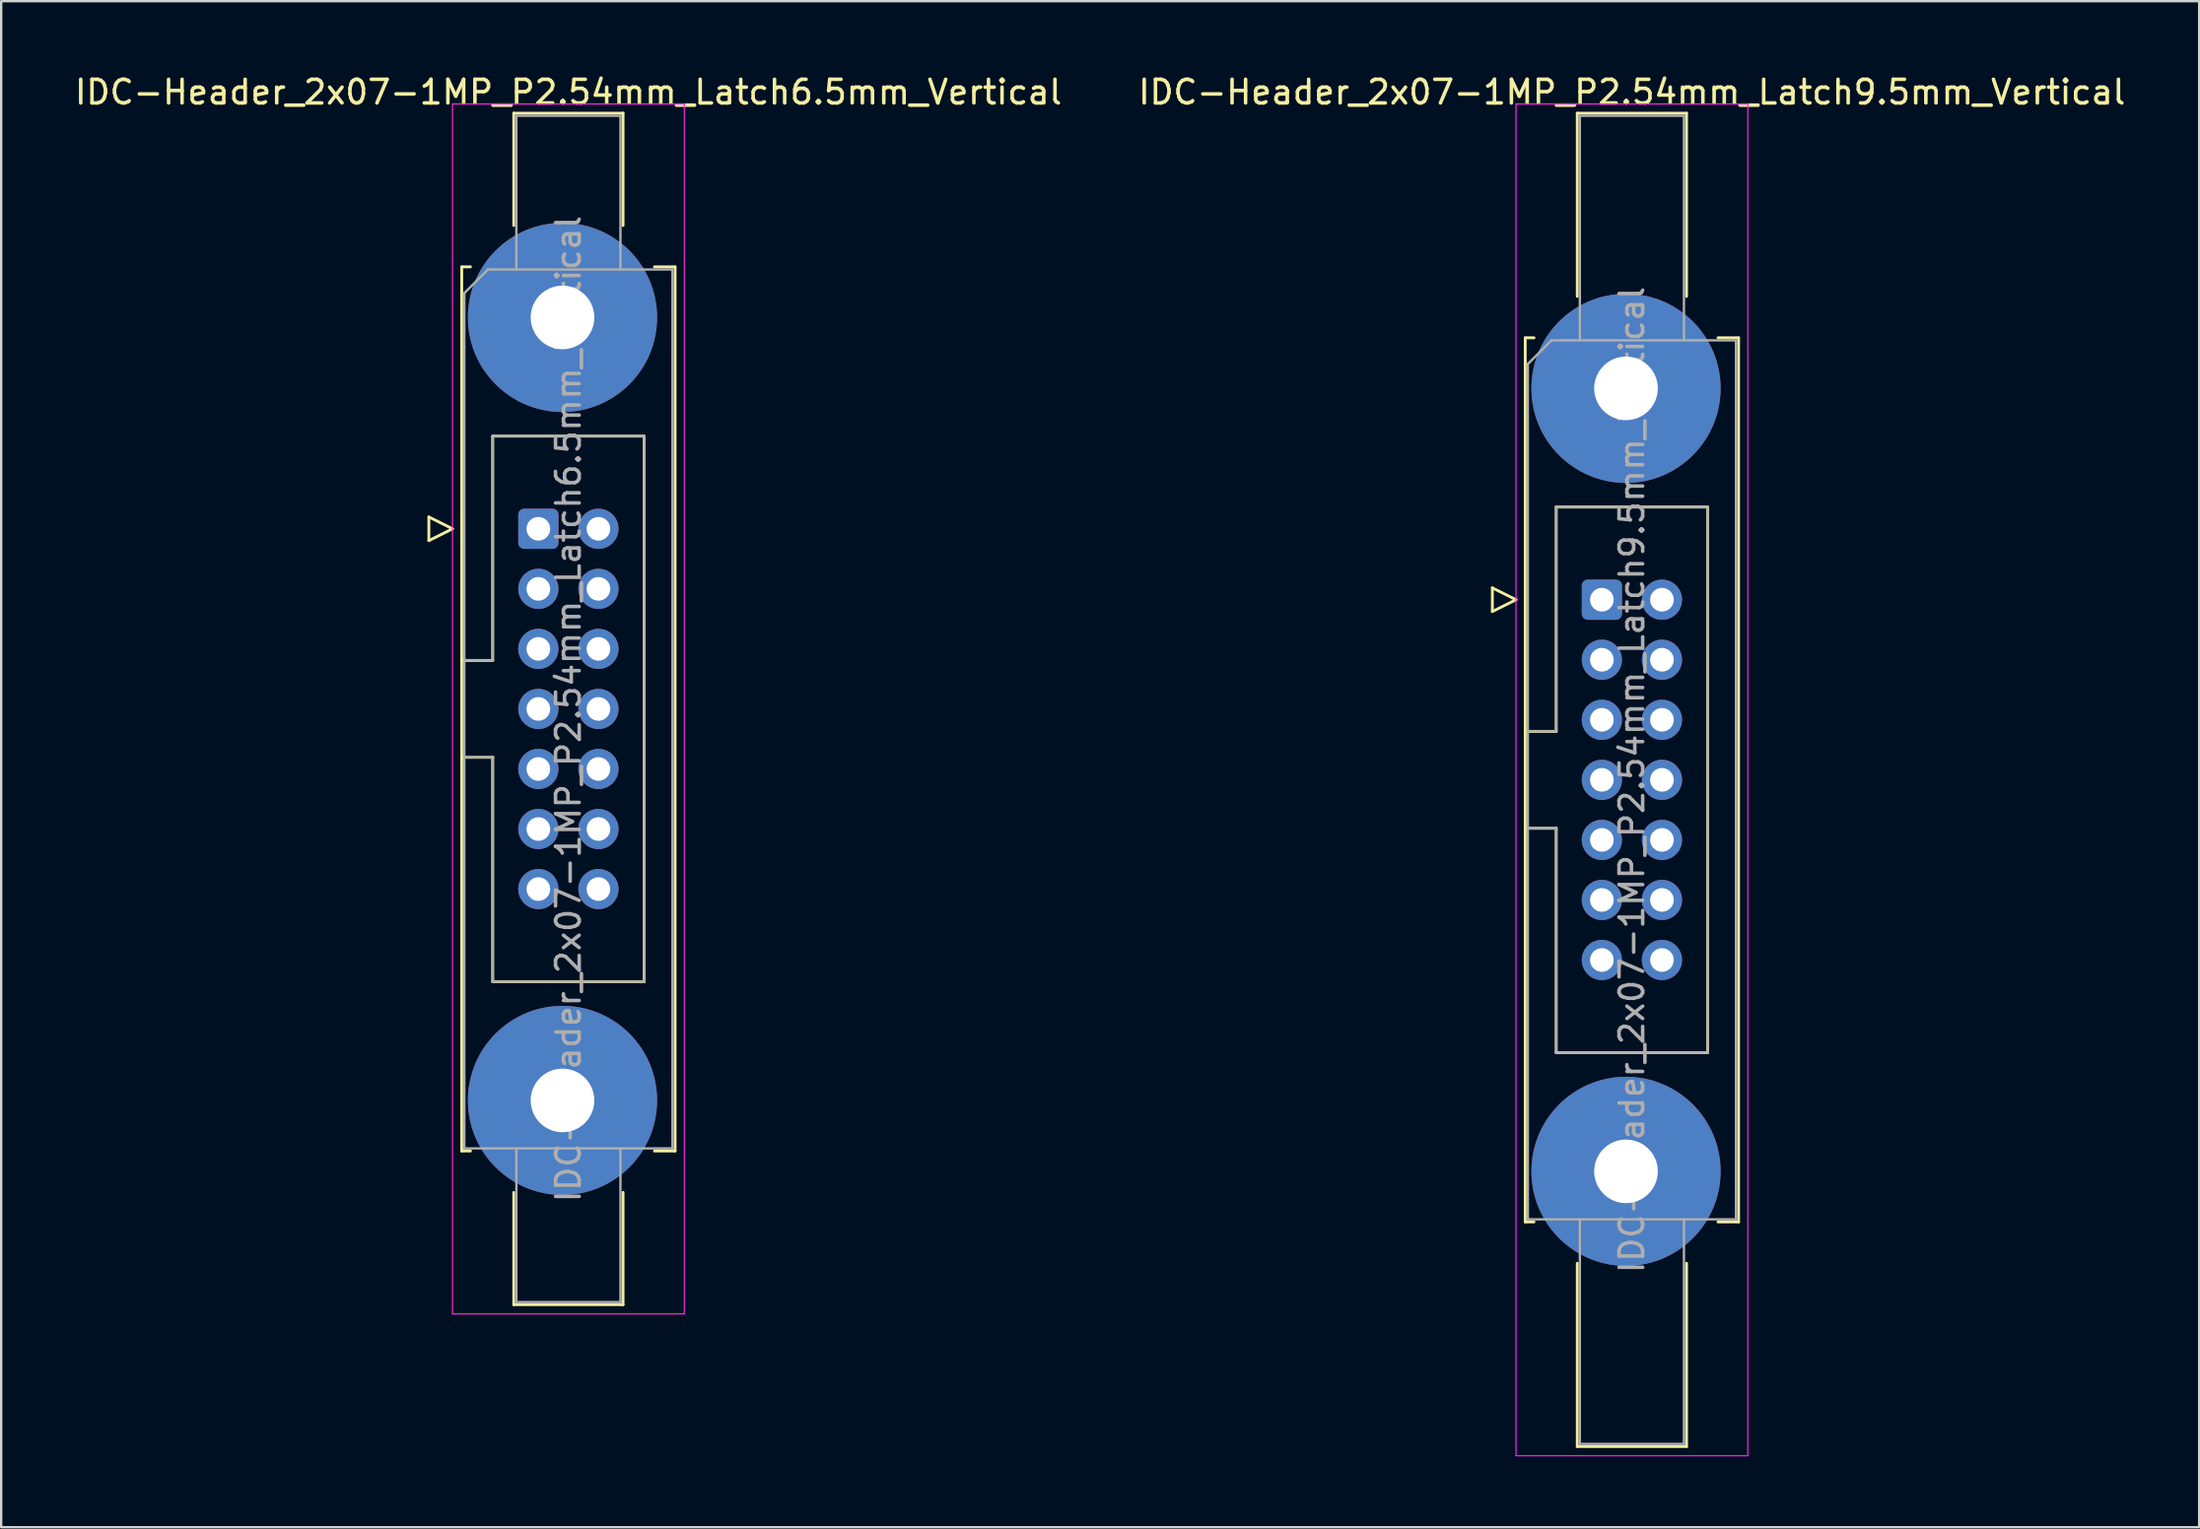
<source format=kicad_pcb>
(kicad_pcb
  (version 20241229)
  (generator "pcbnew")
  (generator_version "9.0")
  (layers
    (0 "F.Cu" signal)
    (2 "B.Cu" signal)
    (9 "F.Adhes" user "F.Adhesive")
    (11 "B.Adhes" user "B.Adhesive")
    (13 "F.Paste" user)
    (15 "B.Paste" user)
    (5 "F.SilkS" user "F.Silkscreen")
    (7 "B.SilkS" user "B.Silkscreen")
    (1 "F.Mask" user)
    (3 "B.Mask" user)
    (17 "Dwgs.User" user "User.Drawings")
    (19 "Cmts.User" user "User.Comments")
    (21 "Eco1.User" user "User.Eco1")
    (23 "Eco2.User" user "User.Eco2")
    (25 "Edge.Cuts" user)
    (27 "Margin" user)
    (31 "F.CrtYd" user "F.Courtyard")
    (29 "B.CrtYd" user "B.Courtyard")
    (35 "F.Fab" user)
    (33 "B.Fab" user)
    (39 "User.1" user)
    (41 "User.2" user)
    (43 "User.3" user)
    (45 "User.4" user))
  (footprint "IDC-Header_2x07-1MP_P2.54mm_Latch9.5mm_Vertical"
    (layer "F.Cu")
    (at 64.676 22.318)
    (property "Reference" "IDC-Header_2x07-1MP_P2.54mm_Latch9.5mm_Vertical" (at 1.27 -21.47 0) (layer "F.SilkS") (effects (font (size 1 1) (thickness 0.15))))
    (attr through_hole)
    (fp_line (start -4.63 -0.5) (end -4.63 0.5) (stroke (width 0.12) (type solid)) (layer "F.SilkS"))
    (fp_line (start -4.63 0.5) (end -3.63 0) (stroke (width 0.12) (type solid)) (layer "F.SilkS"))
    (fp_line (start -3.63 0) (end -4.63 -0.5) (stroke (width 0.12) (type solid)) (layer "F.SilkS"))
    (fp_line (start -3.24 -11.08) (end -3.24 26.32) (stroke (width 0.12) (type solid)) (layer "F.SilkS"))
    (fp_line (start -3.24 5.57) (end -1.93 5.57) (stroke (width 0.12) (type solid)) (layer "F.SilkS"))
    (fp_line (start -3.24 26.32) (end -2.87 26.32) (stroke (width 0.12) (type solid)) (layer "F.SilkS"))
    (fp_line (start -2.87 -11.08) (end -3.24 -11.08) (stroke (width 0.12) (type solid)) (layer "F.SilkS"))
    (fp_line (start -1.93 -3.92) (end 4.47 -3.92) (stroke (width 0.12) (type solid)) (layer "F.SilkS"))
    (fp_line (start -1.93 5.57) (end -1.93 -3.92) (stroke (width 0.12) (type solid)) (layer "F.SilkS"))
    (fp_line (start -1.93 9.67) (end -3.24 9.67) (stroke (width 0.12) (type solid)) (layer "F.SilkS"))
    (fp_line (start -1.93 9.67) (end -1.93 9.67) (stroke (width 0.12) (type solid)) (layer "F.SilkS"))
    (fp_line (start -1.93 19.16) (end -1.93 9.67) (stroke (width 0.12) (type solid)) (layer "F.SilkS"))
    (fp_line (start -1.04 -20.58) (end 3.58 -20.58) (stroke (width 0.12) (type solid)) (layer "F.SilkS"))
    (fp_line (start -1.04 -12.83) (end -1.04 -20.58) (stroke (width 0.12) (type solid)) (layer "F.SilkS"))
    (fp_line (start -1.04 28.07) (end -1.04 35.82) (stroke (width 0.12) (type solid)) (layer "F.SilkS"))
    (fp_line (start -1.04 35.82) (end 3.58 35.82) (stroke (width 0.12) (type solid)) (layer "F.SilkS"))
    (fp_line (start 3.58 -20.58) (end 3.58 -12.83) (stroke (width 0.12) (type solid)) (layer "F.SilkS"))
    (fp_line (start 3.58 35.82) (end 3.58 28.07) (stroke (width 0.12) (type solid)) (layer "F.SilkS"))
    (fp_line (start 4.47 -3.92) (end 4.47 19.16) (stroke (width 0.12) (type solid)) (layer "F.SilkS"))
    (fp_line (start 4.47 19.16) (end -1.93 19.16) (stroke (width 0.12) (type solid)) (layer "F.SilkS"))
    (fp_line (start 4.91 -11.08) (end 5.78 -11.08) (stroke (width 0.12) (type solid)) (layer "F.SilkS"))
    (fp_line (start 5.78 -11.08) (end 5.78 26.32) (stroke (width 0.12) (type solid)) (layer "F.SilkS"))
    (fp_line (start 5.78 26.32) (end 4.91 26.32) (stroke (width 0.12) (type solid)) (layer "F.SilkS"))
    (fp_line (start -3.63 -20.97) (end -3.63 36.21) (stroke (width 0.05) (type solid)) (layer "F.CrtYd"))
    (fp_line (start -3.63 36.21) (end 6.17 36.21) (stroke (width 0.05) (type solid)) (layer "F.CrtYd"))
    (fp_line (start 6.17 -20.97) (end -3.63 -20.97) (stroke (width 0.05) (type solid)) (layer "F.CrtYd"))
    (fp_line (start 6.17 36.21) (end 6.17 -20.97) (stroke (width 0.05) (type solid)) (layer "F.CrtYd"))
    (fp_line (start -3.13 -9.97) (end -2.13 -10.97) (stroke (width 0.1) (type solid)) (layer "F.Fab"))
    (fp_line (start -3.13 5.57) (end -1.93 5.57) (stroke (width 0.1) (type solid)) (layer "F.Fab"))
    (fp_line (start -3.13 26.21) (end -3.13 -9.97) (stroke (width 0.1) (type solid)) (layer "F.Fab"))
    (fp_line (start -2.13 -10.97) (end 5.67 -10.97) (stroke (width 0.1) (type solid)) (layer "F.Fab"))
    (fp_line (start -1.93 -3.92) (end 4.47 -3.92) (stroke (width 0.1) (type solid)) (layer "F.Fab"))
    (fp_line (start -1.93 5.57) (end -1.93 -3.92) (stroke (width 0.1) (type solid)) (layer "F.Fab"))
    (fp_line (start -1.93 9.67) (end -3.13 9.67) (stroke (width 0.1) (type solid)) (layer "F.Fab"))
    (fp_line (start -1.93 9.67) (end -1.93 9.67) (stroke (width 0.1) (type solid)) (layer "F.Fab"))
    (fp_line (start -1.93 19.16) (end -1.93 9.67) (stroke (width 0.1) (type solid)) (layer "F.Fab"))
    (fp_line (start -0.93 -20.47) (end 3.47 -20.47) (stroke (width 0.1) (type solid)) (layer "F.Fab"))
    (fp_line (start -0.93 -10.97) (end -0.93 -20.47) (stroke (width 0.1) (type solid)) (layer "F.Fab"))
    (fp_line (start -0.93 26.21) (end -0.93 35.71) (stroke (width 0.1) (type solid)) (layer "F.Fab"))
    (fp_line (start -0.93 35.71) (end 3.47 35.71) (stroke (width 0.1) (type solid)) (layer "F.Fab"))
    (fp_line (start 3.47 -20.47) (end 3.47 -10.97) (stroke (width 0.1) (type solid)) (layer "F.Fab"))
    (fp_line (start 3.47 35.71) (end 3.47 26.21) (stroke (width 0.1) (type solid)) (layer "F.Fab"))
    (fp_line (start 4.47 -3.92) (end 4.47 19.16) (stroke (width 0.1) (type solid)) (layer "F.Fab"))
    (fp_line (start 4.47 19.16) (end -1.93 19.16) (stroke (width 0.1) (type solid)) (layer "F.Fab"))
    (fp_line (start 5.67 -10.97) (end 5.67 26.21) (stroke (width 0.1) (type solid)) (layer "F.Fab"))
    (fp_line (start 5.67 26.21) (end -3.13 26.21) (stroke (width 0.1) (type solid)) (layer "F.Fab"))
    (fp_text user "${REFERENCE}" (at 1.27 7.62 90) (layer "F.Fab") (effects (font (size 1 1) (thickness 0.15))))
    (pad "1" thru_hole roundrect (at 0 0) (size 1.7 1.7) (drill 1) (layers "*.Cu" "*.Mask") (roundrect_rratio 0.147))
    (pad "2" thru_hole circle (at 2.54 0) (size 1.7 1.7) (drill 1) (layers "*.Cu" "*.Mask"))
    (pad "3" thru_hole circle (at 0 2.54) (size 1.7 1.7) (drill 1) (layers "*.Cu" "*.Mask"))
    (pad "4" thru_hole circle (at 2.54 2.54) (size 1.7 1.7) (drill 1) (layers "*.Cu" "*.Mask"))
    (pad "5" thru_hole circle (at 0 5.08) (size 1.7 1.7) (drill 1) (layers "*.Cu" "*.Mask"))
    (pad "6" thru_hole circle (at 2.54 5.08) (size 1.7 1.7) (drill 1) (layers "*.Cu" "*.Mask"))
    (pad "7" thru_hole circle (at 0 7.62) (size 1.7 1.7) (drill 1) (layers "*.Cu" "*.Mask"))
    (pad "8" thru_hole circle (at 2.54 7.62) (size 1.7 1.7) (drill 1) (layers "*.Cu" "*.Mask"))
    (pad "9" thru_hole circle (at 0 10.16) (size 1.7 1.7) (drill 1) (layers "*.Cu" "*.Mask"))
    (pad "10" thru_hole circle (at 2.54 10.16) (size 1.7 1.7) (drill 1) (layers "*.Cu" "*.Mask"))
    (pad "11" thru_hole circle (at 0 12.7) (size 1.7 1.7) (drill 1) (layers "*.Cu" "*.Mask"))
    (pad "12" thru_hole circle (at 2.54 12.7) (size 1.7 1.7) (drill 1) (layers "*.Cu" "*.Mask"))
    (pad "13" thru_hole circle (at 0 15.24) (size 1.7 1.7) (drill 1) (layers "*.Cu" "*.Mask"))
    (pad "14" thru_hole circle (at 2.54 15.24) (size 1.7 1.7) (drill 1) (layers "*.Cu" "*.Mask"))
    (pad "MP" thru_hole circle (at 1.02 -8.94) (size 8 8) (drill 2.69) (layers "*.Cu" "*.Mask"))
    (pad "MP" thru_hole circle (at 1.02 24.18) (size 8 8) (drill 2.69) (layers "*.Cu" "*.Mask")))
  (footprint "IDC-Header_2x07-1MP_P2.54mm_Latch6.5mm_Vertical"
    (layer "F.Cu")
    (at 19.712 19.318)
    (property "Reference" "IDC-Header_2x07-1MP_P2.54mm_Latch6.5mm_Vertical" (at 1.27 -18.47 0) (layer "F.SilkS") (effects (font (size 1 1) (thickness 0.15))))
    (attr through_hole)
    (fp_line (start -4.63 -0.5) (end -4.63 0.5) (stroke (width 0.12) (type solid)) (layer "F.SilkS"))
    (fp_line (start -4.63 0.5) (end -3.63 0) (stroke (width 0.12) (type solid)) (layer "F.SilkS"))
    (fp_line (start -3.63 0) (end -4.63 -0.5) (stroke (width 0.12) (type solid)) (layer "F.SilkS"))
    (fp_line (start -3.24 -11.08) (end -3.24 26.32) (stroke (width 0.12) (type solid)) (layer "F.SilkS"))
    (fp_line (start -3.24 5.57) (end -1.93 5.57) (stroke (width 0.12) (type solid)) (layer "F.SilkS"))
    (fp_line (start -3.24 26.32) (end -2.87 26.32) (stroke (width 0.12) (type solid)) (layer "F.SilkS"))
    (fp_line (start -2.87 -11.08) (end -3.24 -11.08) (stroke (width 0.12) (type solid)) (layer "F.SilkS"))
    (fp_line (start -1.93 -3.92) (end 4.47 -3.92) (stroke (width 0.12) (type solid)) (layer "F.SilkS"))
    (fp_line (start -1.93 5.57) (end -1.93 -3.92) (stroke (width 0.12) (type solid)) (layer "F.SilkS"))
    (fp_line (start -1.93 9.67) (end -3.24 9.67) (stroke (width 0.12) (type solid)) (layer "F.SilkS"))
    (fp_line (start -1.93 9.67) (end -1.93 9.67) (stroke (width 0.12) (type solid)) (layer "F.SilkS"))
    (fp_line (start -1.93 19.16) (end -1.93 9.67) (stroke (width 0.12) (type solid)) (layer "F.SilkS"))
    (fp_line (start -1.04 -17.58) (end 3.58 -17.58) (stroke (width 0.12) (type solid)) (layer "F.SilkS"))
    (fp_line (start -1.04 -12.83) (end -1.04 -17.58) (stroke (width 0.12) (type solid)) (layer "F.SilkS"))
    (fp_line (start -1.04 28.07) (end -1.04 32.82) (stroke (width 0.12) (type solid)) (layer "F.SilkS"))
    (fp_line (start -1.04 32.82) (end 3.58 32.82) (stroke (width 0.12) (type solid)) (layer "F.SilkS"))
    (fp_line (start 3.58 -17.58) (end 3.58 -12.83) (stroke (width 0.12) (type solid)) (layer "F.SilkS"))
    (fp_line (start 3.58 32.82) (end 3.58 28.07) (stroke (width 0.12) (type solid)) (layer "F.SilkS"))
    (fp_line (start 4.47 -3.92) (end 4.47 19.16) (stroke (width 0.12) (type solid)) (layer "F.SilkS"))
    (fp_line (start 4.47 19.16) (end -1.93 19.16) (stroke (width 0.12) (type solid)) (layer "F.SilkS"))
    (fp_line (start 4.91 -11.08) (end 5.78 -11.08) (stroke (width 0.12) (type solid)) (layer "F.SilkS"))
    (fp_line (start 5.78 -11.08) (end 5.78 26.32) (stroke (width 0.12) (type solid)) (layer "F.SilkS"))
    (fp_line (start 5.78 26.32) (end 4.91 26.32) (stroke (width 0.12) (type solid)) (layer "F.SilkS"))
    (fp_line (start -3.63 -17.97) (end -3.63 33.21) (stroke (width 0.05) (type solid)) (layer "F.CrtYd"))
    (fp_line (start -3.63 33.21) (end 6.17 33.21) (stroke (width 0.05) (type solid)) (layer "F.CrtYd"))
    (fp_line (start 6.17 -17.97) (end -3.63 -17.97) (stroke (width 0.05) (type solid)) (layer "F.CrtYd"))
    (fp_line (start 6.17 33.21) (end 6.17 -17.97) (stroke (width 0.05) (type solid)) (layer "F.CrtYd"))
    (fp_line (start -3.13 -9.97) (end -2.13 -10.97) (stroke (width 0.1) (type solid)) (layer "F.Fab"))
    (fp_line (start -3.13 5.57) (end -1.93 5.57) (stroke (width 0.1) (type solid)) (layer "F.Fab"))
    (fp_line (start -3.13 26.21) (end -3.13 -9.97) (stroke (width 0.1) (type solid)) (layer "F.Fab"))
    (fp_line (start -2.13 -10.97) (end 5.67 -10.97) (stroke (width 0.1) (type solid)) (layer "F.Fab"))
    (fp_line (start -1.93 -3.92) (end 4.47 -3.92) (stroke (width 0.1) (type solid)) (layer "F.Fab"))
    (fp_line (start -1.93 5.57) (end -1.93 -3.92) (stroke (width 0.1) (type solid)) (layer "F.Fab"))
    (fp_line (start -1.93 9.67) (end -3.13 9.67) (stroke (width 0.1) (type solid)) (layer "F.Fab"))
    (fp_line (start -1.93 9.67) (end -1.93 9.67) (stroke (width 0.1) (type solid)) (layer "F.Fab"))
    (fp_line (start -1.93 19.16) (end -1.93 9.67) (stroke (width 0.1) (type solid)) (layer "F.Fab"))
    (fp_line (start -0.93 -17.47) (end 3.47 -17.47) (stroke (width 0.1) (type solid)) (layer "F.Fab"))
    (fp_line (start -0.93 -10.97) (end -0.93 -17.47) (stroke (width 0.1) (type solid)) (layer "F.Fab"))
    (fp_line (start -0.93 26.21) (end -0.93 32.71) (stroke (width 0.1) (type solid)) (layer "F.Fab"))
    (fp_line (start -0.93 32.71) (end 3.47 32.71) (stroke (width 0.1) (type solid)) (layer "F.Fab"))
    (fp_line (start 3.47 -17.47) (end 3.47 -10.97) (stroke (width 0.1) (type solid)) (layer "F.Fab"))
    (fp_line (start 3.47 32.71) (end 3.47 26.21) (stroke (width 0.1) (type solid)) (layer "F.Fab"))
    (fp_line (start 4.47 -3.92) (end 4.47 19.16) (stroke (width 0.1) (type solid)) (layer "F.Fab"))
    (fp_line (start 4.47 19.16) (end -1.93 19.16) (stroke (width 0.1) (type solid)) (layer "F.Fab"))
    (fp_line (start 5.67 -10.97) (end 5.67 26.21) (stroke (width 0.1) (type solid)) (layer "F.Fab"))
    (fp_line (start 5.67 26.21) (end -3.13 26.21) (stroke (width 0.1) (type solid)) (layer "F.Fab"))
    (fp_text user "${REFERENCE}" (at 1.27 7.62 90) (layer "F.Fab") (effects (font (size 1 1) (thickness 0.15))))
    (pad "1" thru_hole roundrect (at 0 0) (size 1.7 1.7) (drill 1) (layers "*.Cu" "*.Mask") (roundrect_rratio 0.147))
    (pad "2" thru_hole circle (at 2.54 0) (size 1.7 1.7) (drill 1) (layers "*.Cu" "*.Mask"))
    (pad "3" thru_hole circle (at 0 2.54) (size 1.7 1.7) (drill 1) (layers "*.Cu" "*.Mask"))
    (pad "4" thru_hole circle (at 2.54 2.54) (size 1.7 1.7) (drill 1) (layers "*.Cu" "*.Mask"))
    (pad "5" thru_hole circle (at 0 5.08) (size 1.7 1.7) (drill 1) (layers "*.Cu" "*.Mask"))
    (pad "6" thru_hole circle (at 2.54 5.08) (size 1.7 1.7) (drill 1) (layers "*.Cu" "*.Mask"))
    (pad "7" thru_hole circle (at 0 7.62) (size 1.7 1.7) (drill 1) (layers "*.Cu" "*.Mask"))
    (pad "8" thru_hole circle (at 2.54 7.62) (size 1.7 1.7) (drill 1) (layers "*.Cu" "*.Mask"))
    (pad "9" thru_hole circle (at 0 10.16) (size 1.7 1.7) (drill 1) (layers "*.Cu" "*.Mask"))
    (pad "10" thru_hole circle (at 2.54 10.16) (size 1.7 1.7) (drill 1) (layers "*.Cu" "*.Mask"))
    (pad "11" thru_hole circle (at 0 12.7) (size 1.7 1.7) (drill 1) (layers "*.Cu" "*.Mask"))
    (pad "12" thru_hole circle (at 2.54 12.7) (size 1.7 1.7) (drill 1) (layers "*.Cu" "*.Mask"))
    (pad "13" thru_hole circle (at 0 15.24) (size 1.7 1.7) (drill 1) (layers "*.Cu" "*.Mask"))
    (pad "14" thru_hole circle (at 2.54 15.24) (size 1.7 1.7) (drill 1) (layers "*.Cu" "*.Mask"))
    (pad "MP" thru_hole circle (at 1.02 -8.94) (size 8 8) (drill 2.69) (layers "*.Cu" "*.Mask"))
    (pad "MP" thru_hole circle (at 1.02 24.18) (size 8 8) (drill 2.69) (layers "*.Cu" "*.Mask")))
  (gr_rect
    (start -3 -3)
    (end 89.929 61.553)
    (stroke (width 0.1) (type default))
    (fill no)
    (layer "Edge.Cuts")))
</source>
